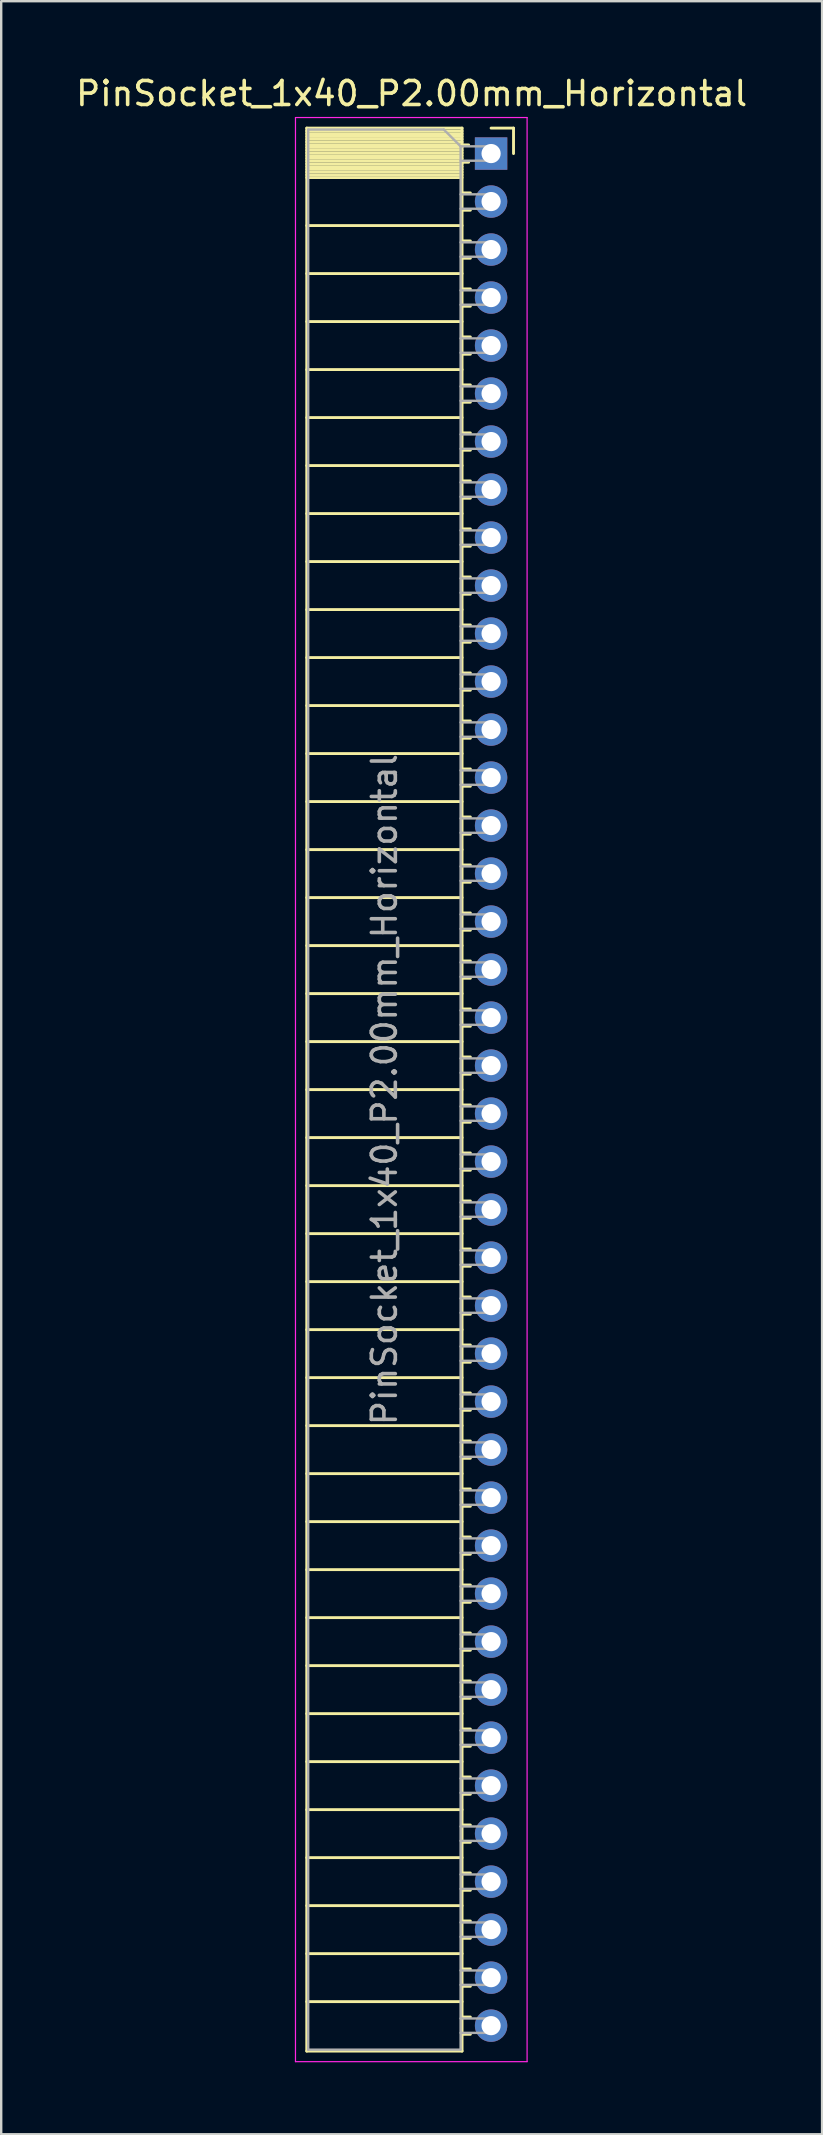
<source format=kicad_pcb>
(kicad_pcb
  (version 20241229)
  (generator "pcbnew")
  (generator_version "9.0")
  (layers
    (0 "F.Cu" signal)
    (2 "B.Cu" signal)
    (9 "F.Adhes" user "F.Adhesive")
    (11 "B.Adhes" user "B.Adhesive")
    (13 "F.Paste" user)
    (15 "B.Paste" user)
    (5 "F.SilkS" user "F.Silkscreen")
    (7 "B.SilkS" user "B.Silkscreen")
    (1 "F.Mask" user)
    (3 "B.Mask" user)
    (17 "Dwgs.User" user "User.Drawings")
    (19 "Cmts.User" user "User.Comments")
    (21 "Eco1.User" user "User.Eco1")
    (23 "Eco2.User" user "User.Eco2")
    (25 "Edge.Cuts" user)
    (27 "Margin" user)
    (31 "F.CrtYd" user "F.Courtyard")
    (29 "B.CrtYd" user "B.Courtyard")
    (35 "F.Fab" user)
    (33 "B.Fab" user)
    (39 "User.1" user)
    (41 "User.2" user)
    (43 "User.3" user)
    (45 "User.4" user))
  (footprint "PinSocket_1x40_P2.00mm_Horizontal"
    (layer "F.Cu")
    (at 17.411 3.348)
    (property "Reference" "PinSocket_1x40_P2.00mm_Horizontal" (at -3.31 -2.5 0) (layer "F.SilkS") (effects (font (size 1 1) (thickness 0.15))))
    (attr through_hole)
    (fp_line (start -7.68 -1.06) (end -7.68 79.06) (stroke (width 0.12) (type solid)) (layer "F.SilkS"))
    (fp_line (start -7.68 -1.06) (end -1.21 -1.06) (stroke (width 0.12) (type solid)) (layer "F.SilkS"))
    (fp_line (start -7.68 -0.94) (end -1.21 -0.94) (stroke (width 0.12) (type solid)) (layer "F.SilkS"))
    (fp_line (start -7.68 -0.826) (end -1.21 -0.826) (stroke (width 0.12) (type solid)) (layer "F.SilkS"))
    (fp_line (start -7.68 -0.712) (end -1.21 -0.712) (stroke (width 0.12) (type solid)) (layer "F.SilkS"))
    (fp_line (start -7.68 -0.598) (end -1.21 -0.598) (stroke (width 0.12) (type solid)) (layer "F.SilkS"))
    (fp_line (start -7.68 -0.484) (end -1.21 -0.484) (stroke (width 0.12) (type solid)) (layer "F.SilkS"))
    (fp_line (start -7.68 -0.369) (end -1.21 -0.369) (stroke (width 0.12) (type solid)) (layer "F.SilkS"))
    (fp_line (start -7.68 -0.255) (end -1.21 -0.255) (stroke (width 0.12) (type solid)) (layer "F.SilkS"))
    (fp_line (start -7.68 -0.141) (end -1.21 -0.141) (stroke (width 0.12) (type solid)) (layer "F.SilkS"))
    (fp_line (start -7.68 -0.027) (end -1.21 -0.027) (stroke (width 0.12) (type solid)) (layer "F.SilkS"))
    (fp_line (start -7.68 0.087) (end -1.21 0.087) (stroke (width 0.12) (type solid)) (layer "F.SilkS"))
    (fp_line (start -7.68 0.201) (end -1.21 0.201) (stroke (width 0.12) (type solid)) (layer "F.SilkS"))
    (fp_line (start -7.68 0.315) (end -1.21 0.315) (stroke (width 0.12) (type solid)) (layer "F.SilkS"))
    (fp_line (start -7.68 0.429) (end -1.21 0.429) (stroke (width 0.12) (type solid)) (layer "F.SilkS"))
    (fp_line (start -7.68 0.544) (end -1.21 0.544) (stroke (width 0.12) (type solid)) (layer "F.SilkS"))
    (fp_line (start -7.68 0.658) (end -1.21 0.658) (stroke (width 0.12) (type solid)) (layer "F.SilkS"))
    (fp_line (start -7.68 0.772) (end -1.21 0.772) (stroke (width 0.12) (type solid)) (layer "F.SilkS"))
    (fp_line (start -7.68 0.886) (end -1.21 0.886) (stroke (width 0.12) (type solid)) (layer "F.SilkS"))
    (fp_line (start -7.68 1) (end -1.21 1) (stroke (width 0.12) (type solid)) (layer "F.SilkS"))
    (fp_line (start -7.68 3) (end -1.21 3) (stroke (width 0.12) (type solid)) (layer "F.SilkS"))
    (fp_line (start -7.68 5) (end -1.21 5) (stroke (width 0.12) (type solid)) (layer "F.SilkS"))
    (fp_line (start -7.68 7) (end -1.21 7) (stroke (width 0.12) (type solid)) (layer "F.SilkS"))
    (fp_line (start -7.68 9) (end -1.21 9) (stroke (width 0.12) (type solid)) (layer "F.SilkS"))
    (fp_line (start -7.68 11) (end -1.21 11) (stroke (width 0.12) (type solid)) (layer "F.SilkS"))
    (fp_line (start -7.68 13) (end -1.21 13) (stroke (width 0.12) (type solid)) (layer "F.SilkS"))
    (fp_line (start -7.68 15) (end -1.21 15) (stroke (width 0.12) (type solid)) (layer "F.SilkS"))
    (fp_line (start -7.68 17) (end -1.21 17) (stroke (width 0.12) (type solid)) (layer "F.SilkS"))
    (fp_line (start -7.68 19) (end -1.21 19) (stroke (width 0.12) (type solid)) (layer "F.SilkS"))
    (fp_line (start -7.68 21) (end -1.21 21) (stroke (width 0.12) (type solid)) (layer "F.SilkS"))
    (fp_line (start -7.68 23) (end -1.21 23) (stroke (width 0.12) (type solid)) (layer "F.SilkS"))
    (fp_line (start -7.68 25) (end -1.21 25) (stroke (width 0.12) (type solid)) (layer "F.SilkS"))
    (fp_line (start -7.68 27) (end -1.21 27) (stroke (width 0.12) (type solid)) (layer "F.SilkS"))
    (fp_line (start -7.68 29) (end -1.21 29) (stroke (width 0.12) (type solid)) (layer "F.SilkS"))
    (fp_line (start -7.68 31) (end -1.21 31) (stroke (width 0.12) (type solid)) (layer "F.SilkS"))
    (fp_line (start -7.68 33) (end -1.21 33) (stroke (width 0.12) (type solid)) (layer "F.SilkS"))
    (fp_line (start -7.68 35) (end -1.21 35) (stroke (width 0.12) (type solid)) (layer "F.SilkS"))
    (fp_line (start -7.68 37) (end -1.21 37) (stroke (width 0.12) (type solid)) (layer "F.SilkS"))
    (fp_line (start -7.68 39) (end -1.21 39) (stroke (width 0.12) (type solid)) (layer "F.SilkS"))
    (fp_line (start -7.68 41) (end -1.21 41) (stroke (width 0.12) (type solid)) (layer "F.SilkS"))
    (fp_line (start -7.68 43) (end -1.21 43) (stroke (width 0.12) (type solid)) (layer "F.SilkS"))
    (fp_line (start -7.68 45) (end -1.21 45) (stroke (width 0.12) (type solid)) (layer "F.SilkS"))
    (fp_line (start -7.68 47) (end -1.21 47) (stroke (width 0.12) (type solid)) (layer "F.SilkS"))
    (fp_line (start -7.68 49) (end -1.21 49) (stroke (width 0.12) (type solid)) (layer "F.SilkS"))
    (fp_line (start -7.68 51) (end -1.21 51) (stroke (width 0.12) (type solid)) (layer "F.SilkS"))
    (fp_line (start -7.68 53) (end -1.21 53) (stroke (width 0.12) (type solid)) (layer "F.SilkS"))
    (fp_line (start -7.68 55) (end -1.21 55) (stroke (width 0.12) (type solid)) (layer "F.SilkS"))
    (fp_line (start -7.68 57) (end -1.21 57) (stroke (width 0.12) (type solid)) (layer "F.SilkS"))
    (fp_line (start -7.68 59) (end -1.21 59) (stroke (width 0.12) (type solid)) (layer "F.SilkS"))
    (fp_line (start -7.68 61) (end -1.21 61) (stroke (width 0.12) (type solid)) (layer "F.SilkS"))
    (fp_line (start -7.68 63) (end -1.21 63) (stroke (width 0.12) (type solid)) (layer "F.SilkS"))
    (fp_line (start -7.68 65) (end -1.21 65) (stroke (width 0.12) (type solid)) (layer "F.SilkS"))
    (fp_line (start -7.68 67) (end -1.21 67) (stroke (width 0.12) (type solid)) (layer "F.SilkS"))
    (fp_line (start -7.68 69) (end -1.21 69) (stroke (width 0.12) (type solid)) (layer "F.SilkS"))
    (fp_line (start -7.68 71) (end -1.21 71) (stroke (width 0.12) (type solid)) (layer "F.SilkS"))
    (fp_line (start -7.68 73) (end -1.21 73) (stroke (width 0.12) (type solid)) (layer "F.SilkS"))
    (fp_line (start -7.68 75) (end -1.21 75) (stroke (width 0.12) (type solid)) (layer "F.SilkS"))
    (fp_line (start -7.68 77) (end -1.21 77) (stroke (width 0.12) (type solid)) (layer "F.SilkS"))
    (fp_line (start -7.68 79.06) (end -1.21 79.06) (stroke (width 0.12) (type solid)) (layer "F.SilkS"))
    (fp_line (start -1.21 -1.06) (end -1.21 79.06) (stroke (width 0.12) (type solid)) (layer "F.SilkS"))
    (fp_line (start -1.21 -0.36) (end -0.935 -0.36) (stroke (width 0.12) (type solid)) (layer "F.SilkS"))
    (fp_line (start -1.21 0.36) (end -0.935 0.36) (stroke (width 0.12) (type solid)) (layer "F.SilkS"))
    (fp_line (start -1.21 1.64) (end -0.863 1.64) (stroke (width 0.12) (type solid)) (layer "F.SilkS"))
    (fp_line (start -1.21 2.36) (end -0.863 2.36) (stroke (width 0.12) (type solid)) (layer "F.SilkS"))
    (fp_line (start -1.21 3.64) (end -0.863 3.64) (stroke (width 0.12) (type solid)) (layer "F.SilkS"))
    (fp_line (start -1.21 4.36) (end -0.863 4.36) (stroke (width 0.12) (type solid)) (layer "F.SilkS"))
    (fp_line (start -1.21 5.64) (end -0.863 5.64) (stroke (width 0.12) (type solid)) (layer "F.SilkS"))
    (fp_line (start -1.21 6.36) (end -0.863 6.36) (stroke (width 0.12) (type solid)) (layer "F.SilkS"))
    (fp_line (start -1.21 7.64) (end -0.863 7.64) (stroke (width 0.12) (type solid)) (layer "F.SilkS"))
    (fp_line (start -1.21 8.36) (end -0.863 8.36) (stroke (width 0.12) (type solid)) (layer "F.SilkS"))
    (fp_line (start -1.21 9.64) (end -0.863 9.64) (stroke (width 0.12) (type solid)) (layer "F.SilkS"))
    (fp_line (start -1.21 10.36) (end -0.863 10.36) (stroke (width 0.12) (type solid)) (layer "F.SilkS"))
    (fp_line (start -1.21 11.64) (end -0.863 11.64) (stroke (width 0.12) (type solid)) (layer "F.SilkS"))
    (fp_line (start -1.21 12.36) (end -0.863 12.36) (stroke (width 0.12) (type solid)) (layer "F.SilkS"))
    (fp_line (start -1.21 13.64) (end -0.863 13.64) (stroke (width 0.12) (type solid)) (layer "F.SilkS"))
    (fp_line (start -1.21 14.36) (end -0.863 14.36) (stroke (width 0.12) (type solid)) (layer "F.SilkS"))
    (fp_line (start -1.21 15.64) (end -0.863 15.64) (stroke (width 0.12) (type solid)) (layer "F.SilkS"))
    (fp_line (start -1.21 16.36) (end -0.863 16.36) (stroke (width 0.12) (type solid)) (layer "F.SilkS"))
    (fp_line (start -1.21 17.64) (end -0.863 17.64) (stroke (width 0.12) (type solid)) (layer "F.SilkS"))
    (fp_line (start -1.21 18.36) (end -0.863 18.36) (stroke (width 0.12) (type solid)) (layer "F.SilkS"))
    (fp_line (start -1.21 19.64) (end -0.863 19.64) (stroke (width 0.12) (type solid)) (layer "F.SilkS"))
    (fp_line (start -1.21 20.36) (end -0.863 20.36) (stroke (width 0.12) (type solid)) (layer "F.SilkS"))
    (fp_line (start -1.21 21.64) (end -0.863 21.64) (stroke (width 0.12) (type solid)) (layer "F.SilkS"))
    (fp_line (start -1.21 22.36) (end -0.863 22.36) (stroke (width 0.12) (type solid)) (layer "F.SilkS"))
    (fp_line (start -1.21 23.64) (end -0.863 23.64) (stroke (width 0.12) (type solid)) (layer "F.SilkS"))
    (fp_line (start -1.21 24.36) (end -0.863 24.36) (stroke (width 0.12) (type solid)) (layer "F.SilkS"))
    (fp_line (start -1.21 25.64) (end -0.863 25.64) (stroke (width 0.12) (type solid)) (layer "F.SilkS"))
    (fp_line (start -1.21 26.36) (end -0.863 26.36) (stroke (width 0.12) (type solid)) (layer "F.SilkS"))
    (fp_line (start -1.21 27.64) (end -0.863 27.64) (stroke (width 0.12) (type solid)) (layer "F.SilkS"))
    (fp_line (start -1.21 28.36) (end -0.863 28.36) (stroke (width 0.12) (type solid)) (layer "F.SilkS"))
    (fp_line (start -1.21 29.64) (end -0.863 29.64) (stroke (width 0.12) (type solid)) (layer "F.SilkS"))
    (fp_line (start -1.21 30.36) (end -0.863 30.36) (stroke (width 0.12) (type solid)) (layer "F.SilkS"))
    (fp_line (start -1.21 31.64) (end -0.863 31.64) (stroke (width 0.12) (type solid)) (layer "F.SilkS"))
    (fp_line (start -1.21 32.36) (end -0.863 32.36) (stroke (width 0.12) (type solid)) (layer "F.SilkS"))
    (fp_line (start -1.21 33.64) (end -0.863 33.64) (stroke (width 0.12) (type solid)) (layer "F.SilkS"))
    (fp_line (start -1.21 34.36) (end -0.863 34.36) (stroke (width 0.12) (type solid)) (layer "F.SilkS"))
    (fp_line (start -1.21 35.64) (end -0.863 35.64) (stroke (width 0.12) (type solid)) (layer "F.SilkS"))
    (fp_line (start -1.21 36.36) (end -0.863 36.36) (stroke (width 0.12) (type solid)) (layer "F.SilkS"))
    (fp_line (start -1.21 37.64) (end -0.863 37.64) (stroke (width 0.12) (type solid)) (layer "F.SilkS"))
    (fp_line (start -1.21 38.36) (end -0.863 38.36) (stroke (width 0.12) (type solid)) (layer "F.SilkS"))
    (fp_line (start -1.21 39.64) (end -0.863 39.64) (stroke (width 0.12) (type solid)) (layer "F.SilkS"))
    (fp_line (start -1.21 40.36) (end -0.863 40.36) (stroke (width 0.12) (type solid)) (layer "F.SilkS"))
    (fp_line (start -1.21 41.64) (end -0.863 41.64) (stroke (width 0.12) (type solid)) (layer "F.SilkS"))
    (fp_line (start -1.21 42.36) (end -0.863 42.36) (stroke (width 0.12) (type solid)) (layer "F.SilkS"))
    (fp_line (start -1.21 43.64) (end -0.863 43.64) (stroke (width 0.12) (type solid)) (layer "F.SilkS"))
    (fp_line (start -1.21 44.36) (end -0.863 44.36) (stroke (width 0.12) (type solid)) (layer "F.SilkS"))
    (fp_line (start -1.21 45.64) (end -0.863 45.64) (stroke (width 0.12) (type solid)) (layer "F.SilkS"))
    (fp_line (start -1.21 46.36) (end -0.863 46.36) (stroke (width 0.12) (type solid)) (layer "F.SilkS"))
    (fp_line (start -1.21 47.64) (end -0.863 47.64) (stroke (width 0.12) (type solid)) (layer "F.SilkS"))
    (fp_line (start -1.21 48.36) (end -0.863 48.36) (stroke (width 0.12) (type solid)) (layer "F.SilkS"))
    (fp_line (start -1.21 49.64) (end -0.863 49.64) (stroke (width 0.12) (type solid)) (layer "F.SilkS"))
    (fp_line (start -1.21 50.36) (end -0.863 50.36) (stroke (width 0.12) (type solid)) (layer "F.SilkS"))
    (fp_line (start -1.21 51.64) (end -0.863 51.64) (stroke (width 0.12) (type solid)) (layer "F.SilkS"))
    (fp_line (start -1.21 52.36) (end -0.863 52.36) (stroke (width 0.12) (type solid)) (layer "F.SilkS"))
    (fp_line (start -1.21 53.64) (end -0.863 53.64) (stroke (width 0.12) (type solid)) (layer "F.SilkS"))
    (fp_line (start -1.21 54.36) (end -0.863 54.36) (stroke (width 0.12) (type solid)) (layer "F.SilkS"))
    (fp_line (start -1.21 55.64) (end -0.863 55.64) (stroke (width 0.12) (type solid)) (layer "F.SilkS"))
    (fp_line (start -1.21 56.36) (end -0.863 56.36) (stroke (width 0.12) (type solid)) (layer "F.SilkS"))
    (fp_line (start -1.21 57.64) (end -0.863 57.64) (stroke (width 0.12) (type solid)) (layer "F.SilkS"))
    (fp_line (start -1.21 58.36) (end -0.863 58.36) (stroke (width 0.12) (type solid)) (layer "F.SilkS"))
    (fp_line (start -1.21 59.64) (end -0.863 59.64) (stroke (width 0.12) (type solid)) (layer "F.SilkS"))
    (fp_line (start -1.21 60.36) (end -0.863 60.36) (stroke (width 0.12) (type solid)) (layer "F.SilkS"))
    (fp_line (start -1.21 61.64) (end -0.863 61.64) (stroke (width 0.12) (type solid)) (layer "F.SilkS"))
    (fp_line (start -1.21 62.36) (end -0.863 62.36) (stroke (width 0.12) (type solid)) (layer "F.SilkS"))
    (fp_line (start -1.21 63.64) (end -0.863 63.64) (stroke (width 0.12) (type solid)) (layer "F.SilkS"))
    (fp_line (start -1.21 64.36) (end -0.863 64.36) (stroke (width 0.12) (type solid)) (layer "F.SilkS"))
    (fp_line (start -1.21 65.64) (end -0.863 65.64) (stroke (width 0.12) (type solid)) (layer "F.SilkS"))
    (fp_line (start -1.21 66.36) (end -0.863 66.36) (stroke (width 0.12) (type solid)) (layer "F.SilkS"))
    (fp_line (start -1.21 67.64) (end -0.863 67.64) (stroke (width 0.12) (type solid)) (layer "F.SilkS"))
    (fp_line (start -1.21 68.36) (end -0.863 68.36) (stroke (width 0.12) (type solid)) (layer "F.SilkS"))
    (fp_line (start -1.21 69.64) (end -0.863 69.64) (stroke (width 0.12) (type solid)) (layer "F.SilkS"))
    (fp_line (start -1.21 70.36) (end -0.863 70.36) (stroke (width 0.12) (type solid)) (layer "F.SilkS"))
    (fp_line (start -1.21 71.64) (end -0.863 71.64) (stroke (width 0.12) (type solid)) (layer "F.SilkS"))
    (fp_line (start -1.21 72.36) (end -0.863 72.36) (stroke (width 0.12) (type solid)) (layer "F.SilkS"))
    (fp_line (start -1.21 73.64) (end -0.863 73.64) (stroke (width 0.12) (type solid)) (layer "F.SilkS"))
    (fp_line (start -1.21 74.36) (end -0.863 74.36) (stroke (width 0.12) (type solid)) (layer "F.SilkS"))
    (fp_line (start -1.21 75.64) (end -0.863 75.64) (stroke (width 0.12) (type solid)) (layer "F.SilkS"))
    (fp_line (start -1.21 76.36) (end -0.863 76.36) (stroke (width 0.12) (type solid)) (layer "F.SilkS"))
    (fp_line (start -1.21 77.64) (end -0.863 77.64) (stroke (width 0.12) (type solid)) (layer "F.SilkS"))
    (fp_line (start -1.21 78.36) (end -0.863 78.36) (stroke (width 0.12) (type solid)) (layer "F.SilkS"))
    (fp_line (start 0 -1.06) (end 0.935 -1.06) (stroke (width 0.12) (type solid)) (layer "F.SilkS"))
    (fp_line (start 0.935 -1.06) (end 0.935 0) (stroke (width 0.12) (type solid)) (layer "F.SilkS"))
    (fp_line (start -8.15 -1.5) (end -8.15 79.5) (stroke (width 0.05) (type solid)) (layer "F.CrtYd"))
    (fp_line (start -8.15 79.5) (end 1.5 79.5) (stroke (width 0.05) (type solid)) (layer "F.CrtYd"))
    (fp_line (start 1.5 -1.5) (end -8.15 -1.5) (stroke (width 0.05) (type solid)) (layer "F.CrtYd"))
    (fp_line (start 1.5 79.5) (end 1.5 -1.5) (stroke (width 0.05) (type solid)) (layer "F.CrtYd"))
    (fp_line (start -7.62 -1) (end -1.97 -1) (stroke (width 0.1) (type solid)) (layer "F.Fab"))
    (fp_line (start -7.62 79) (end -7.62 -1) (stroke (width 0.1) (type solid)) (layer "F.Fab"))
    (fp_line (start -1.97 -1) (end -1.27 -0.3) (stroke (width 0.1) (type solid)) (layer "F.Fab"))
    (fp_line (start -1.27 -0.3) (end -1.27 79) (stroke (width 0.1) (type solid)) (layer "F.Fab"))
    (fp_line (start -1.27 0.3) (end 0 0.3) (stroke (width 0.1) (type solid)) (layer "F.Fab"))
    (fp_line (start -1.27 2.3) (end 0 2.3) (stroke (width 0.1) (type solid)) (layer "F.Fab"))
    (fp_line (start -1.27 4.3) (end 0 4.3) (stroke (width 0.1) (type solid)) (layer "F.Fab"))
    (fp_line (start -1.27 6.3) (end 0 6.3) (stroke (width 0.1) (type solid)) (layer "F.Fab"))
    (fp_line (start -1.27 8.3) (end 0 8.3) (stroke (width 0.1) (type solid)) (layer "F.Fab"))
    (fp_line (start -1.27 10.3) (end 0 10.3) (stroke (width 0.1) (type solid)) (layer "F.Fab"))
    (fp_line (start -1.27 12.3) (end 0 12.3) (stroke (width 0.1) (type solid)) (layer "F.Fab"))
    (fp_line (start -1.27 14.3) (end 0 14.3) (stroke (width 0.1) (type solid)) (layer "F.Fab"))
    (fp_line (start -1.27 16.3) (end 0 16.3) (stroke (width 0.1) (type solid)) (layer "F.Fab"))
    (fp_line (start -1.27 18.3) (end 0 18.3) (stroke (width 0.1) (type solid)) (layer "F.Fab"))
    (fp_line (start -1.27 20.3) (end 0 20.3) (stroke (width 0.1) (type solid)) (layer "F.Fab"))
    (fp_line (start -1.27 22.3) (end 0 22.3) (stroke (width 0.1) (type solid)) (layer "F.Fab"))
    (fp_line (start -1.27 24.3) (end 0 24.3) (stroke (width 0.1) (type solid)) (layer "F.Fab"))
    (fp_line (start -1.27 26.3) (end 0 26.3) (stroke (width 0.1) (type solid)) (layer "F.Fab"))
    (fp_line (start -1.27 28.3) (end 0 28.3) (stroke (width 0.1) (type solid)) (layer "F.Fab"))
    (fp_line (start -1.27 30.3) (end 0 30.3) (stroke (width 0.1) (type solid)) (layer "F.Fab"))
    (fp_line (start -1.27 32.3) (end 0 32.3) (stroke (width 0.1) (type solid)) (layer "F.Fab"))
    (fp_line (start -1.27 34.3) (end 0 34.3) (stroke (width 0.1) (type solid)) (layer "F.Fab"))
    (fp_line (start -1.27 36.3) (end 0 36.3) (stroke (width 0.1) (type solid)) (layer "F.Fab"))
    (fp_line (start -1.27 38.3) (end 0 38.3) (stroke (width 0.1) (type solid)) (layer "F.Fab"))
    (fp_line (start -1.27 40.3) (end 0 40.3) (stroke (width 0.1) (type solid)) (layer "F.Fab"))
    (fp_line (start -1.27 42.3) (end 0 42.3) (stroke (width 0.1) (type solid)) (layer "F.Fab"))
    (fp_line (start -1.27 44.3) (end 0 44.3) (stroke (width 0.1) (type solid)) (layer "F.Fab"))
    (fp_line (start -1.27 46.3) (end 0 46.3) (stroke (width 0.1) (type solid)) (layer "F.Fab"))
    (fp_line (start -1.27 48.3) (end 0 48.3) (stroke (width 0.1) (type solid)) (layer "F.Fab"))
    (fp_line (start -1.27 50.3) (end 0 50.3) (stroke (width 0.1) (type solid)) (layer "F.Fab"))
    (fp_line (start -1.27 52.3) (end 0 52.3) (stroke (width 0.1) (type solid)) (layer "F.Fab"))
    (fp_line (start -1.27 54.3) (end 0 54.3) (stroke (width 0.1) (type solid)) (layer "F.Fab"))
    (fp_line (start -1.27 56.3) (end 0 56.3) (stroke (width 0.1) (type solid)) (layer "F.Fab"))
    (fp_line (start -1.27 58.3) (end 0 58.3) (stroke (width 0.1) (type solid)) (layer "F.Fab"))
    (fp_line (start -1.27 60.3) (end 0 60.3) (stroke (width 0.1) (type solid)) (layer "F.Fab"))
    (fp_line (start -1.27 62.3) (end 0 62.3) (stroke (width 0.1) (type solid)) (layer "F.Fab"))
    (fp_line (start -1.27 64.3) (end 0 64.3) (stroke (width 0.1) (type solid)) (layer "F.Fab"))
    (fp_line (start -1.27 66.3) (end 0 66.3) (stroke (width 0.1) (type solid)) (layer "F.Fab"))
    (fp_line (start -1.27 68.3) (end 0 68.3) (stroke (width 0.1) (type solid)) (layer "F.Fab"))
    (fp_line (start -1.27 70.3) (end 0 70.3) (stroke (width 0.1) (type solid)) (layer "F.Fab"))
    (fp_line (start -1.27 72.3) (end 0 72.3) (stroke (width 0.1) (type solid)) (layer "F.Fab"))
    (fp_line (start -1.27 74.3) (end 0 74.3) (stroke (width 0.1) (type solid)) (layer "F.Fab"))
    (fp_line (start -1.27 76.3) (end 0 76.3) (stroke (width 0.1) (type solid)) (layer "F.Fab"))
    (fp_line (start -1.27 78.3) (end 0 78.3) (stroke (width 0.1) (type solid)) (layer "F.Fab"))
    (fp_line (start -1.27 79) (end -7.62 79) (stroke (width 0.1) (type solid)) (layer "F.Fab"))
    (fp_line (start 0 -0.3) (end -1.27 -0.3) (stroke (width 0.1) (type solid)) (layer "F.Fab"))
    (fp_line (start 0 0.3) (end 0 -0.3) (stroke (width 0.1) (type solid)) (layer "F.Fab"))
    (fp_line (start 0 1.7) (end -1.27 1.7) (stroke (width 0.1) (type solid)) (layer "F.Fab"))
    (fp_line (start 0 2.3) (end 0 1.7) (stroke (width 0.1) (type solid)) (layer "F.Fab"))
    (fp_line (start 0 3.7) (end -1.27 3.7) (stroke (width 0.1) (type solid)) (layer "F.Fab"))
    (fp_line (start 0 4.3) (end 0 3.7) (stroke (width 0.1) (type solid)) (layer "F.Fab"))
    (fp_line (start 0 5.7) (end -1.27 5.7) (stroke (width 0.1) (type solid)) (layer "F.Fab"))
    (fp_line (start 0 6.3) (end 0 5.7) (stroke (width 0.1) (type solid)) (layer "F.Fab"))
    (fp_line (start 0 7.7) (end -1.27 7.7) (stroke (width 0.1) (type solid)) (layer "F.Fab"))
    (fp_line (start 0 8.3) (end 0 7.7) (stroke (width 0.1) (type solid)) (layer "F.Fab"))
    (fp_line (start 0 9.7) (end -1.27 9.7) (stroke (width 0.1) (type solid)) (layer "F.Fab"))
    (fp_line (start 0 10.3) (end 0 9.7) (stroke (width 0.1) (type solid)) (layer "F.Fab"))
    (fp_line (start 0 11.7) (end -1.27 11.7) (stroke (width 0.1) (type solid)) (layer "F.Fab"))
    (fp_line (start 0 12.3) (end 0 11.7) (stroke (width 0.1) (type solid)) (layer "F.Fab"))
    (fp_line (start 0 13.7) (end -1.27 13.7) (stroke (width 0.1) (type solid)) (layer "F.Fab"))
    (fp_line (start 0 14.3) (end 0 13.7) (stroke (width 0.1) (type solid)) (layer "F.Fab"))
    (fp_line (start 0 15.7) (end -1.27 15.7) (stroke (width 0.1) (type solid)) (layer "F.Fab"))
    (fp_line (start 0 16.3) (end 0 15.7) (stroke (width 0.1) (type solid)) (layer "F.Fab"))
    (fp_line (start 0 17.7) (end -1.27 17.7) (stroke (width 0.1) (type solid)) (layer "F.Fab"))
    (fp_line (start 0 18.3) (end 0 17.7) (stroke (width 0.1) (type solid)) (layer "F.Fab"))
    (fp_line (start 0 19.7) (end -1.27 19.7) (stroke (width 0.1) (type solid)) (layer "F.Fab"))
    (fp_line (start 0 20.3) (end 0 19.7) (stroke (width 0.1) (type solid)) (layer "F.Fab"))
    (fp_line (start 0 21.7) (end -1.27 21.7) (stroke (width 0.1) (type solid)) (layer "F.Fab"))
    (fp_line (start 0 22.3) (end 0 21.7) (stroke (width 0.1) (type solid)) (layer "F.Fab"))
    (fp_line (start 0 23.7) (end -1.27 23.7) (stroke (width 0.1) (type solid)) (layer "F.Fab"))
    (fp_line (start 0 24.3) (end 0 23.7) (stroke (width 0.1) (type solid)) (layer "F.Fab"))
    (fp_line (start 0 25.7) (end -1.27 25.7) (stroke (width 0.1) (type solid)) (layer "F.Fab"))
    (fp_line (start 0 26.3) (end 0 25.7) (stroke (width 0.1) (type solid)) (layer "F.Fab"))
    (fp_line (start 0 27.7) (end -1.27 27.7) (stroke (width 0.1) (type solid)) (layer "F.Fab"))
    (fp_line (start 0 28.3) (end 0 27.7) (stroke (width 0.1) (type solid)) (layer "F.Fab"))
    (fp_line (start 0 29.7) (end -1.27 29.7) (stroke (width 0.1) (type solid)) (layer "F.Fab"))
    (fp_line (start 0 30.3) (end 0 29.7) (stroke (width 0.1) (type solid)) (layer "F.Fab"))
    (fp_line (start 0 31.7) (end -1.27 31.7) (stroke (width 0.1) (type solid)) (layer "F.Fab"))
    (fp_line (start 0 32.3) (end 0 31.7) (stroke (width 0.1) (type solid)) (layer "F.Fab"))
    (fp_line (start 0 33.7) (end -1.27 33.7) (stroke (width 0.1) (type solid)) (layer "F.Fab"))
    (fp_line (start 0 34.3) (end 0 33.7) (stroke (width 0.1) (type solid)) (layer "F.Fab"))
    (fp_line (start 0 35.7) (end -1.27 35.7) (stroke (width 0.1) (type solid)) (layer "F.Fab"))
    (fp_line (start 0 36.3) (end 0 35.7) (stroke (width 0.1) (type solid)) (layer "F.Fab"))
    (fp_line (start 0 37.7) (end -1.27 37.7) (stroke (width 0.1) (type solid)) (layer "F.Fab"))
    (fp_line (start 0 38.3) (end 0 37.7) (stroke (width 0.1) (type solid)) (layer "F.Fab"))
    (fp_line (start 0 39.7) (end -1.27 39.7) (stroke (width 0.1) (type solid)) (layer "F.Fab"))
    (fp_line (start 0 40.3) (end 0 39.7) (stroke (width 0.1) (type solid)) (layer "F.Fab"))
    (fp_line (start 0 41.7) (end -1.27 41.7) (stroke (width 0.1) (type solid)) (layer "F.Fab"))
    (fp_line (start 0 42.3) (end 0 41.7) (stroke (width 0.1) (type solid)) (layer "F.Fab"))
    (fp_line (start 0 43.7) (end -1.27 43.7) (stroke (width 0.1) (type solid)) (layer "F.Fab"))
    (fp_line (start 0 44.3) (end 0 43.7) (stroke (width 0.1) (type solid)) (layer "F.Fab"))
    (fp_line (start 0 45.7) (end -1.27 45.7) (stroke (width 0.1) (type solid)) (layer "F.Fab"))
    (fp_line (start 0 46.3) (end 0 45.7) (stroke (width 0.1) (type solid)) (layer "F.Fab"))
    (fp_line (start 0 47.7) (end -1.27 47.7) (stroke (width 0.1) (type solid)) (layer "F.Fab"))
    (fp_line (start 0 48.3) (end 0 47.7) (stroke (width 0.1) (type solid)) (layer "F.Fab"))
    (fp_line (start 0 49.7) (end -1.27 49.7) (stroke (width 0.1) (type solid)) (layer "F.Fab"))
    (fp_line (start 0 50.3) (end 0 49.7) (stroke (width 0.1) (type solid)) (layer "F.Fab"))
    (fp_line (start 0 51.7) (end -1.27 51.7) (stroke (width 0.1) (type solid)) (layer "F.Fab"))
    (fp_line (start 0 52.3) (end 0 51.7) (stroke (width 0.1) (type solid)) (layer "F.Fab"))
    (fp_line (start 0 53.7) (end -1.27 53.7) (stroke (width 0.1) (type solid)) (layer "F.Fab"))
    (fp_line (start 0 54.3) (end 0 53.7) (stroke (width 0.1) (type solid)) (layer "F.Fab"))
    (fp_line (start 0 55.7) (end -1.27 55.7) (stroke (width 0.1) (type solid)) (layer "F.Fab"))
    (fp_line (start 0 56.3) (end 0 55.7) (stroke (width 0.1) (type solid)) (layer "F.Fab"))
    (fp_line (start 0 57.7) (end -1.27 57.7) (stroke (width 0.1) (type solid)) (layer "F.Fab"))
    (fp_line (start 0 58.3) (end 0 57.7) (stroke (width 0.1) (type solid)) (layer "F.Fab"))
    (fp_line (start 0 59.7) (end -1.27 59.7) (stroke (width 0.1) (type solid)) (layer "F.Fab"))
    (fp_line (start 0 60.3) (end 0 59.7) (stroke (width 0.1) (type solid)) (layer "F.Fab"))
    (fp_line (start 0 61.7) (end -1.27 61.7) (stroke (width 0.1) (type solid)) (layer "F.Fab"))
    (fp_line (start 0 62.3) (end 0 61.7) (stroke (width 0.1) (type solid)) (layer "F.Fab"))
    (fp_line (start 0 63.7) (end -1.27 63.7) (stroke (width 0.1) (type solid)) (layer "F.Fab"))
    (fp_line (start 0 64.3) (end 0 63.7) (stroke (width 0.1) (type solid)) (layer "F.Fab"))
    (fp_line (start 0 65.7) (end -1.27 65.7) (stroke (width 0.1) (type solid)) (layer "F.Fab"))
    (fp_line (start 0 66.3) (end 0 65.7) (stroke (width 0.1) (type solid)) (layer "F.Fab"))
    (fp_line (start 0 67.7) (end -1.27 67.7) (stroke (width 0.1) (type solid)) (layer "F.Fab"))
    (fp_line (start 0 68.3) (end 0 67.7) (stroke (width 0.1) (type solid)) (layer "F.Fab"))
    (fp_line (start 0 69.7) (end -1.27 69.7) (stroke (width 0.1) (type solid)) (layer "F.Fab"))
    (fp_line (start 0 70.3) (end 0 69.7) (stroke (width 0.1) (type solid)) (layer "F.Fab"))
    (fp_line (start 0 71.7) (end -1.27 71.7) (stroke (width 0.1) (type solid)) (layer "F.Fab"))
    (fp_line (start 0 72.3) (end 0 71.7) (stroke (width 0.1) (type solid)) (layer "F.Fab"))
    (fp_line (start 0 73.7) (end -1.27 73.7) (stroke (width 0.1) (type solid)) (layer "F.Fab"))
    (fp_line (start 0 74.3) (end 0 73.7) (stroke (width 0.1) (type solid)) (layer "F.Fab"))
    (fp_line (start 0 75.7) (end -1.27 75.7) (stroke (width 0.1) (type solid)) (layer "F.Fab"))
    (fp_line (start 0 76.3) (end 0 75.7) (stroke (width 0.1) (type solid)) (layer "F.Fab"))
    (fp_line (start 0 77.7) (end -1.27 77.7) (stroke (width 0.1) (type solid)) (layer "F.Fab"))
    (fp_line (start 0 78.3) (end 0 77.7) (stroke (width 0.1) (type solid)) (layer "F.Fab"))
    (fp_text user "${REFERENCE}" (at -4.445 39 90) (layer "F.Fab") (effects (font (size 1 1) (thickness 0.15))))
    (pad "1" thru_hole rect (at 0 0) (size 1.35 1.35) (drill 0.8) (layers "*.Cu" "*.Mask"))
    (pad "2" thru_hole oval (at 0 2) (size 1.35 1.35) (drill 0.8) (layers "*.Cu" "*.Mask"))
    (pad "3" thru_hole oval (at 0 4) (size 1.35 1.35) (drill 0.8) (layers "*.Cu" "*.Mask"))
    (pad "4" thru_hole oval (at 0 6) (size 1.35 1.35) (drill 0.8) (layers "*.Cu" "*.Mask"))
    (pad "5" thru_hole oval (at 0 8) (size 1.35 1.35) (drill 0.8) (layers "*.Cu" "*.Mask"))
    (pad "6" thru_hole oval (at 0 10) (size 1.35 1.35) (drill 0.8) (layers "*.Cu" "*.Mask"))
    (pad "7" thru_hole oval (at 0 12) (size 1.35 1.35) (drill 0.8) (layers "*.Cu" "*.Mask"))
    (pad "8" thru_hole oval (at 0 14) (size 1.35 1.35) (drill 0.8) (layers "*.Cu" "*.Mask"))
    (pad "9" thru_hole oval (at 0 16) (size 1.35 1.35) (drill 0.8) (layers "*.Cu" "*.Mask"))
    (pad "10" thru_hole oval (at 0 18) (size 1.35 1.35) (drill 0.8) (layers "*.Cu" "*.Mask"))
    (pad "11" thru_hole oval (at 0 20) (size 1.35 1.35) (drill 0.8) (layers "*.Cu" "*.Mask"))
    (pad "12" thru_hole oval (at 0 22) (size 1.35 1.35) (drill 0.8) (layers "*.Cu" "*.Mask"))
    (pad "13" thru_hole oval (at 0 24) (size 1.35 1.35) (drill 0.8) (layers "*.Cu" "*.Mask"))
    (pad "14" thru_hole oval (at 0 26) (size 1.35 1.35) (drill 0.8) (layers "*.Cu" "*.Mask"))
    (pad "15" thru_hole oval (at 0 28) (size 1.35 1.35) (drill 0.8) (layers "*.Cu" "*.Mask"))
    (pad "16" thru_hole oval (at 0 30) (size 1.35 1.35) (drill 0.8) (layers "*.Cu" "*.Mask"))
    (pad "17" thru_hole oval (at 0 32) (size 1.35 1.35) (drill 0.8) (layers "*.Cu" "*.Mask"))
    (pad "18" thru_hole oval (at 0 34) (size 1.35 1.35) (drill 0.8) (layers "*.Cu" "*.Mask"))
    (pad "19" thru_hole oval (at 0 36) (size 1.35 1.35) (drill 0.8) (layers "*.Cu" "*.Mask"))
    (pad "20" thru_hole oval (at 0 38) (size 1.35 1.35) (drill 0.8) (layers "*.Cu" "*.Mask"))
    (pad "21" thru_hole oval (at 0 40) (size 1.35 1.35) (drill 0.8) (layers "*.Cu" "*.Mask"))
    (pad "22" thru_hole oval (at 0 42) (size 1.35 1.35) (drill 0.8) (layers "*.Cu" "*.Mask"))
    (pad "23" thru_hole oval (at 0 44) (size 1.35 1.35) (drill 0.8) (layers "*.Cu" "*.Mask"))
    (pad "24" thru_hole oval (at 0 46) (size 1.35 1.35) (drill 0.8) (layers "*.Cu" "*.Mask"))
    (pad "25" thru_hole oval (at 0 48) (size 1.35 1.35) (drill 0.8) (layers "*.Cu" "*.Mask"))
    (pad "26" thru_hole oval (at 0 50) (size 1.35 1.35) (drill 0.8) (layers "*.Cu" "*.Mask"))
    (pad "27" thru_hole oval (at 0 52) (size 1.35 1.35) (drill 0.8) (layers "*.Cu" "*.Mask"))
    (pad "28" thru_hole oval (at 0 54) (size 1.35 1.35) (drill 0.8) (layers "*.Cu" "*.Mask"))
    (pad "29" thru_hole oval (at 0 56) (size 1.35 1.35) (drill 0.8) (layers "*.Cu" "*.Mask"))
    (pad "30" thru_hole oval (at 0 58) (size 1.35 1.35) (drill 0.8) (layers "*.Cu" "*.Mask"))
    (pad "31" thru_hole oval (at 0 60) (size 1.35 1.35) (drill 0.8) (layers "*.Cu" "*.Mask"))
    (pad "32" thru_hole oval (at 0 62) (size 1.35 1.35) (drill 0.8) (layers "*.Cu" "*.Mask"))
    (pad "33" thru_hole oval (at 0 64) (size 1.35 1.35) (drill 0.8) (layers "*.Cu" "*.Mask"))
    (pad "34" thru_hole oval (at 0 66) (size 1.35 1.35) (drill 0.8) (layers "*.Cu" "*.Mask"))
    (pad "35" thru_hole oval (at 0 68) (size 1.35 1.35) (drill 0.8) (layers "*.Cu" "*.Mask"))
    (pad "36" thru_hole oval (at 0 70) (size 1.35 1.35) (drill 0.8) (layers "*.Cu" "*.Mask"))
    (pad "37" thru_hole oval (at 0 72) (size 1.35 1.35) (drill 0.8) (layers "*.Cu" "*.Mask"))
    (pad "38" thru_hole oval (at 0 74) (size 1.35 1.35) (drill 0.8) (layers "*.Cu" "*.Mask"))
    (pad "39" thru_hole oval (at 0 76) (size 1.35 1.35) (drill 0.8) (layers "*.Cu" "*.Mask"))
    (pad "40" thru_hole oval (at 0 78) (size 1.35 1.35) (drill 0.8) (layers "*.Cu" "*.Mask")))
  (gr_rect
    (start -3 -3)
    (end 31.202 85.873)
    (stroke (width 0.1) (type default))
    (fill no)
    (layer "Edge.Cuts")))
</source>
